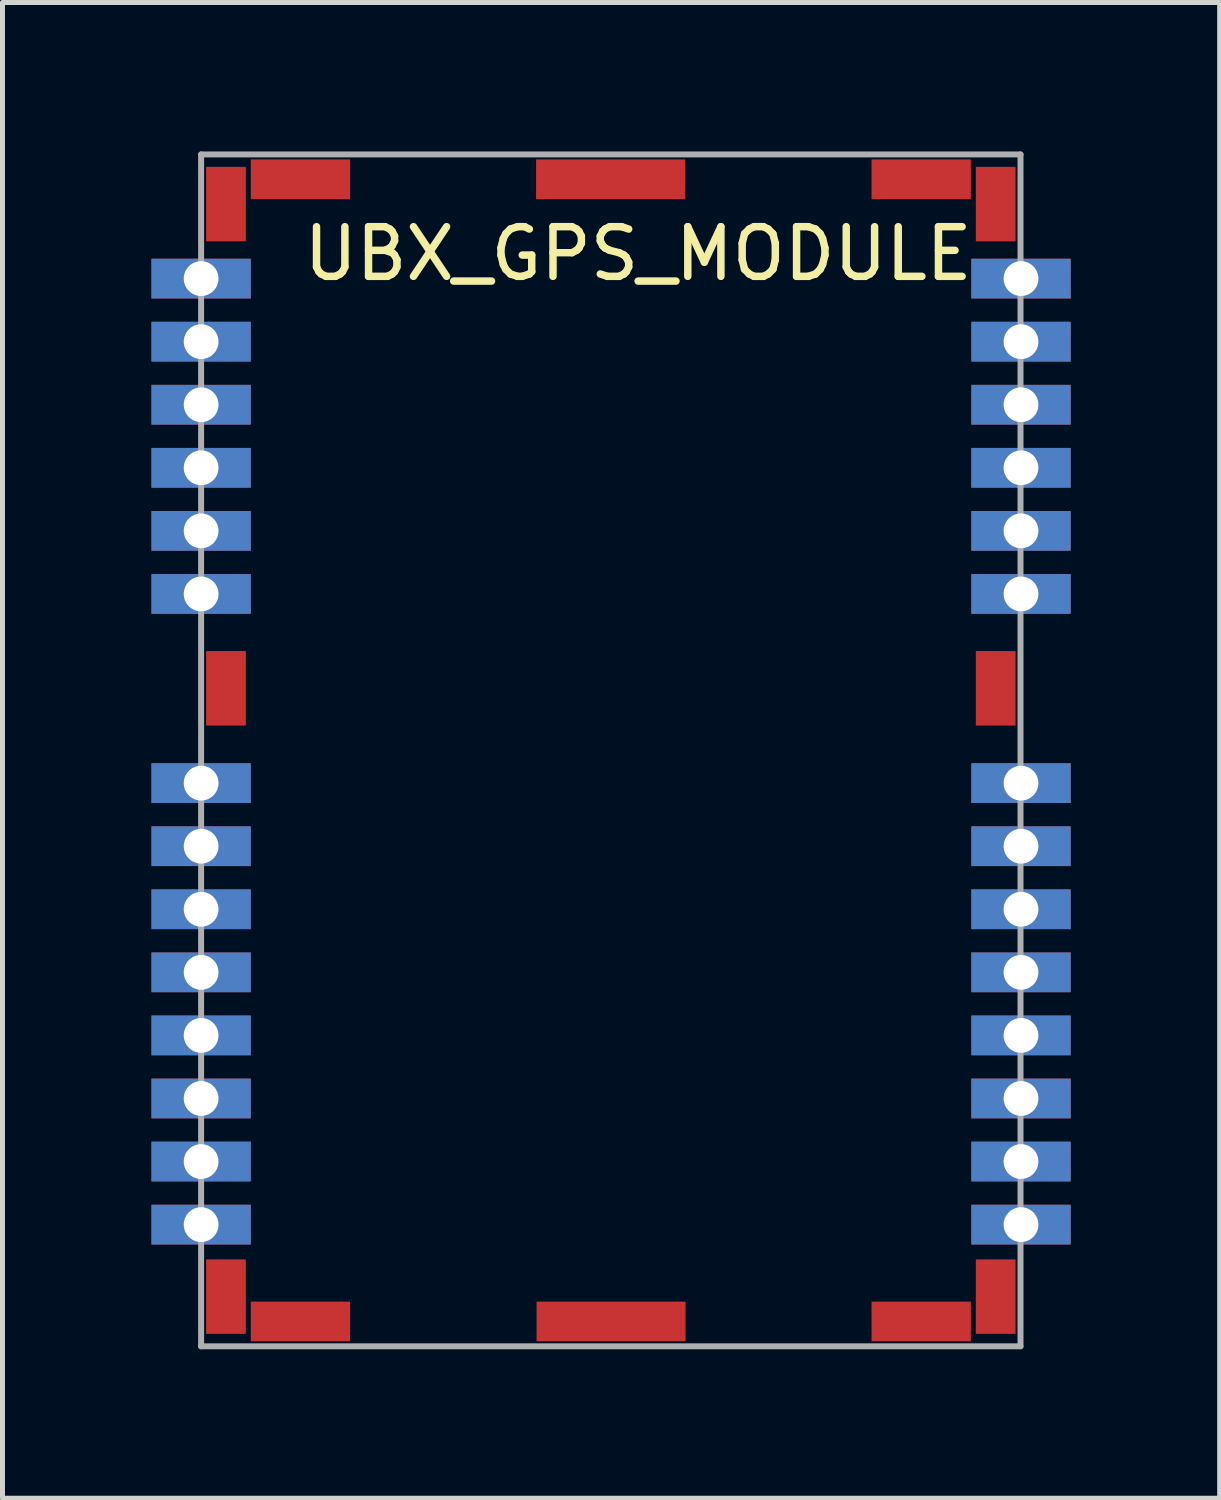
<source format=kicad_pcb>
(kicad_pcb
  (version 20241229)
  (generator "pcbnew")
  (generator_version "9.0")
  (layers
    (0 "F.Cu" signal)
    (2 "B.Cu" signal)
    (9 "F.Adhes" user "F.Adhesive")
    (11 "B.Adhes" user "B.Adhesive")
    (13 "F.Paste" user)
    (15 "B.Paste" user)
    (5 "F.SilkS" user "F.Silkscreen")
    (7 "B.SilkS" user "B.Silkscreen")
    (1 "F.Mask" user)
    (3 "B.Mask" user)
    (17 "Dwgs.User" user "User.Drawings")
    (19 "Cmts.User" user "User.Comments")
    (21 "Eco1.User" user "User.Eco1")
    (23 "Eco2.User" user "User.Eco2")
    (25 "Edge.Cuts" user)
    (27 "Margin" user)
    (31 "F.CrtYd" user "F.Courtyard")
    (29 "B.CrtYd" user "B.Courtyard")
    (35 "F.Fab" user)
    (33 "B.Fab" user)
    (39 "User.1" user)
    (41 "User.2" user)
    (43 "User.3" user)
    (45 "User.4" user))
  (footprint "UBX_GPS_MODULE"
    (layer "F.Cu")
    (at 9.255 11.45)
    (property "Reference" "UBX_GPS_MODULE" (at 0.545 -9.39 0) (layer "F.SilkS") (effects (font (size 1 1) (thickness 0.15))))
    (attr through_hole)
    (fp_line (start -8.255 -11.39) (end -8.255 12.61) (stroke (width 0.12) (type solid)) (layer "F.Fab"))
    (fp_line (start -8.255 12.61) (end 8.245 12.61) (stroke (width 0.12) (type solid)) (layer "F.Fab"))
    (fp_line (start 8.245 -11.39) (end -8.255 -11.39) (stroke (width 0.12) (type solid)) (layer "F.Fab"))
    (fp_line (start 8.245 12.61) (end 8.245 -11.39) (stroke (width 0.12) (type solid)) (layer "F.Fab"))
    (pad "1" thru_hole rect (at -8.255 -8.89) (size 2 0.8) (drill 0.7) (layers "*.Cu" "*.Mask"))
    (pad "2" thru_hole rect (at -8.255 -7.62) (size 2 0.8) (drill 0.7) (layers "*.Cu" "*.Mask"))
    (pad "3" thru_hole rect (at -8.255 -6.35) (size 2 0.8) (drill 0.7) (layers "*.Cu" "*.Mask"))
    (pad "4" thru_hole rect (at -8.255 -5.08) (size 2 0.8) (drill 0.7) (layers "*.Cu" "*.Mask"))
    (pad "5" thru_hole rect (at -8.255 -3.81) (size 2 0.8) (drill 0.7) (layers "*.Cu" "*.Mask"))
    (pad "6" thru_hole rect (at -8.255 -2.54) (size 2 0.8) (drill 0.7) (layers "*.Cu" "*.Mask"))
    (pad "7" thru_hole rect (at -8.255 1.27) (size 2 0.8) (drill 0.7) (layers "*.Cu" "*.Mask"))
    (pad "8" thru_hole rect (at -8.255 2.54) (size 2 0.8) (drill 0.7) (layers "*.Cu" "*.Mask"))
    (pad "9" thru_hole rect (at -8.255 3.81) (size 2 0.8) (drill 0.7) (layers "*.Cu" "*.Mask"))
    (pad "10" thru_hole rect (at -8.255 5.08) (size 2 0.8) (drill 0.7) (layers "*.Cu" "*.Mask"))
    (pad "11" thru_hole rect (at -8.255 6.35) (size 2 0.8) (drill 0.7) (layers "*.Cu" "*.Mask"))
    (pad "12" thru_hole rect (at -8.255 7.62) (size 2 0.8) (drill 0.7) (layers "*.Cu" "*.Mask"))
    (pad "13" thru_hole rect (at -8.255 8.89) (size 2 0.8) (drill 0.7) (layers "*.Cu" "*.Mask"))
    (pad "14" thru_hole rect (at -8.255 10.16) (size 2 0.8) (drill 0.7) (layers "*.Cu" "*.Mask"))
    (pad "15" thru_hole rect (at 8.255 10.16) (size 2 0.8) (drill 0.7) (layers "*.Cu" "*.Mask"))
    (pad "16" thru_hole rect (at 8.255 8.89) (size 2 0.8) (drill 0.7) (layers "*.Cu" "*.Mask"))
    (pad "17" thru_hole rect (at 8.255 7.62) (size 2 0.8) (drill 0.7) (layers "*.Cu" "*.Mask"))
    (pad "18" thru_hole rect (at 8.255 6.35) (size 2 0.8) (drill 0.7) (layers "*.Cu" "*.Mask"))
    (pad "19" thru_hole rect (at 8.255 5.08) (size 2 0.8) (drill 0.7) (layers "*.Cu" "*.Mask"))
    (pad "20" thru_hole rect (at 8.255 3.81) (size 2 0.8) (drill 0.7) (layers "*.Cu" "*.Mask"))
    (pad "21" thru_hole rect (at 8.255 2.54) (size 2 0.8) (drill 0.7) (layers "*.Cu" "*.Mask"))
    (pad "22" thru_hole rect (at 8.255 1.27) (size 2 0.8) (drill 0.7) (layers "*.Cu" "*.Mask"))
    (pad "23" thru_hole rect (at 8.255 -2.54) (size 2 0.8) (drill 0.7) (layers "*.Cu" "*.Mask"))
    (pad "24" thru_hole rect (at 8.255 -3.81) (size 2 0.8) (drill 0.7) (layers "*.Cu" "*.Mask"))
    (pad "25" thru_hole rect (at 8.255 -5.08) (size 2 0.8) (drill 0.7) (layers "*.Cu" "*.Mask"))
    (pad "26" thru_hole rect (at 8.255 -6.35) (size 2 0.8) (drill 0.7) (layers "*.Cu" "*.Mask"))
    (pad "27" thru_hole rect (at 8.255 -7.62) (size 2 0.8) (drill 0.7) (layers "*.Cu" "*.Mask"))
    (pad "28" thru_hole rect (at 8.255 -8.89) (size 2 0.8) (drill 0.7) (layers "*.Cu" "*.Mask"))
    (pad "29" smd rect (at -7.755 -10.39 90) (size 1.5 0.8) (layers "F.Cu" "F.Mask" "F.Paste"))
    (pad "29" smd rect (at -7.755 -0.64 90) (size 1.5 0.8) (layers "F.Cu" "F.Mask" "F.Paste"))
    (pad "29" smd rect (at -7.755 11.61 270) (size 1.5 0.8) (layers "F.Cu" "F.Mask" "F.Paste"))
    (pad "29" smd rect (at -6.255 -10.89) (size 2 0.8) (layers "F.Cu" "F.Mask" "F.Paste"))
    (pad "29" smd rect (at -6.255 12.11 180) (size 2 0.8) (layers "F.Cu" "F.Mask" "F.Paste"))
    (pad "29" smd rect (at -0.01 -10.89) (size 3 0.8) (layers "F.Cu" "F.Mask" "F.Paste"))
    (pad "29" smd rect (at 0 12.11 180) (size 3 0.8) (layers "F.Cu" "F.Mask" "F.Paste"))
    (pad "29" smd rect (at 6.245 -10.89) (size 2 0.8) (layers "F.Cu" "F.Mask" "F.Paste"))
    (pad "29" smd rect (at 6.245 12.11 180) (size 2 0.8) (layers "F.Cu" "F.Mask" "F.Paste"))
    (pad "29" smd rect (at 7.745 -10.39 90) (size 1.5 0.8) (layers "F.Cu" "F.Mask" "F.Paste"))
    (pad "29" smd rect (at 7.745 -0.64 90) (size 1.5 0.8) (layers "F.Cu" "F.Mask" "F.Paste"))
    (pad "29" smd rect (at 7.745 11.61 270) (size 1.5 0.8) (layers "F.Cu" "F.Mask" "F.Paste")))
  (gr_rect
    (start -3 -3)
    (end 21.51 27.12)
    (stroke (width 0.1) (type default))
    (fill no)
    (layer "Edge.Cuts")))
</source>
